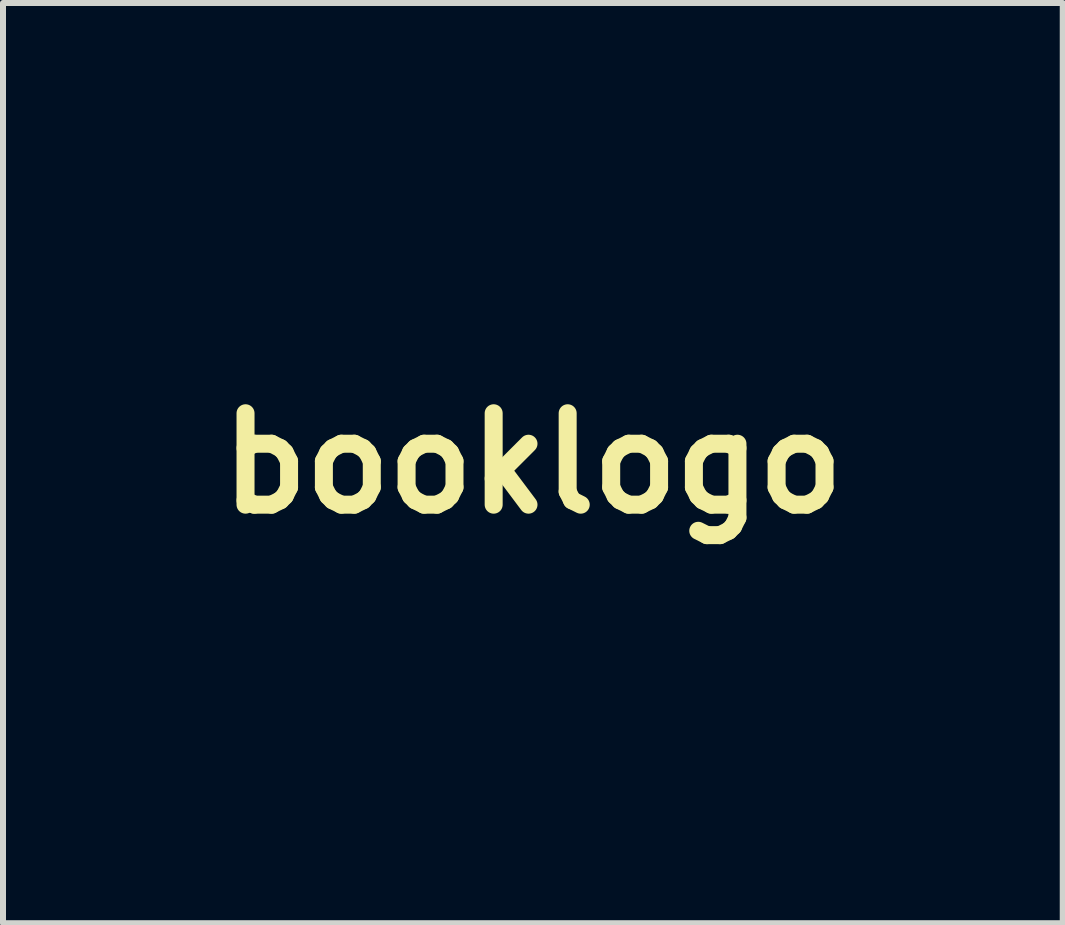
<source format=kicad_pcb>
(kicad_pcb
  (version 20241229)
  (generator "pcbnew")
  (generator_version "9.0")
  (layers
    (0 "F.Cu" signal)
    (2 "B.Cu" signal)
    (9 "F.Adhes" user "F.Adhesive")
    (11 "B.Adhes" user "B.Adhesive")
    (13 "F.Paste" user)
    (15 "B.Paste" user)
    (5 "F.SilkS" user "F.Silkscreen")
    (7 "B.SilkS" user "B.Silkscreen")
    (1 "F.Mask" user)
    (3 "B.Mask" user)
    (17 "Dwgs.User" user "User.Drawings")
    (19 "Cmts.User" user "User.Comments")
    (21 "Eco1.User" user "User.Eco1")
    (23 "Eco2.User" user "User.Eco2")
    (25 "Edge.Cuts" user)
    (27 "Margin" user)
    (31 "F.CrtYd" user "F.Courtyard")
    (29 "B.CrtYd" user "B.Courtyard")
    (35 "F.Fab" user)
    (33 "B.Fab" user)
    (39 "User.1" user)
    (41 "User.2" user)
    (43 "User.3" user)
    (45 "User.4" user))
  (footprint "booklogo"
    (layer "F.Cu")
    (at 5.833 4.674)
    (property "Reference" "booklogo" (at 0 0 0) (layer "F.SilkS") (effects (font (size 1.524 1.524) (thickness 0.3))))
    (attr board_only exclude_from_pos_files exclude_from_bom)
    (fp_poly (pts (xy 4.667 3.101) (xy 4.592 3.084) (xy 4.54 3.077) (xy 4.43 3.066) (xy 4.274 3.053) (xy 4.079 3.036) (xy 3.855 3.018) (xy 3.612 2.999) (xy 3.359 2.98) (xy 3.106 2.962) (xy 2.861 2.945) (xy 2.635 2.929) (xy 2.437 2.917) (xy 2.433 2.917) (xy 2.033 2.916) (xy 1.639 2.96) (xy 1.261 3.045) (xy 0.91 3.169) (xy 0.595 3.329) (xy 0.325 3.52) (xy 0.219 3.618) (xy 0.128 3.705) (xy 0.05 3.769) (xy -0.000058 3.798) (xy -0.005 3.799) (xy -0.048 3.775) (xy -0.122 3.715) (xy -0.211 3.63) (xy -0.223 3.617) (xy -0.436 3.436) (xy -0.703 3.271) (xy -1.014 3.129) (xy -1.189 3.068) (xy -1.426 2.999) (xy -1.657 2.952) (xy -1.898 2.924) (xy -2.165 2.914) (xy -2.472 2.921) (xy -2.674 2.932) (xy -2.912 2.947) (xy -3.166 2.965) (xy -3.427 2.984) (xy -3.684 3.003) (xy -3.927 3.022) (xy -4.146 3.041) (xy -4.332 3.057) (xy -4.474 3.071) (xy -4.562 3.081) (xy -4.575 3.083) (xy -4.667 3.098) (xy -4.667 2.707) (xy -4.333 2.707) (xy -4.142 2.686) (xy -3.931 2.665) (xy -3.679 2.645) (xy -3.403 2.624) (xy -3.117 2.606) (xy -2.837 2.59) (xy -2.578 2.578) (xy -2.355 2.57) (xy -2.195 2.567) (xy -1.786 2.584) (xy -1.415 2.637) (xy -1.063 2.729) (xy -1.013 2.746) (xy -0.847 2.808) (xy -0.673 2.884) (xy -0.51 2.964) (xy -0.377 3.038) (xy -0.317 3.08) (xy -0.257 3.119) (xy -0.225 3.132) (xy -0.221 3.1) (xy -0.218 3.005) (xy -0.215 2.854) (xy -0.212 2.649) (xy -0.209 2.397) (xy -0.206 2.101) (xy -0.204 1.767) (xy -0.202 1.398) (xy -0.201 1) (xy -0.2 0.578) (xy -0.2 0.135) (xy -0.2 0.083) (xy 0.2 0.083) (xy 0.2 0.528) (xy 0.201 0.953) (xy 0.201 1.354) (xy 0.202 1.726) (xy 0.203 2.065) (xy 0.204 2.366) (xy 0.206 2.623) (xy 0.207 2.834) (xy 0.209 2.992) (xy 0.211 3.093) (xy 0.212 3.133) (xy 0.213 3.133) (xy 0.245 3.117) (xy 0.319 3.076) (xy 0.418 3.017) (xy 0.419 3.017) (xy 0.801 2.825) (xy 1.221 2.685) (xy 1.674 2.599) (xy 2.154 2.567) (xy 2.183 2.567) (xy 2.363 2.57) (xy 2.593 2.579) (xy 2.859 2.591) (xy 3.144 2.608) (xy 3.434 2.627) (xy 3.712 2.647) (xy 3.963 2.668) (xy 4.142 2.686) (xy 4.333 2.707) (xy 4.333 -0.747) (xy 4.333 -1.323) (xy 4.333 -1.835) (xy 4.332 -2.287) (xy 4.331 -2.682) (xy 4.329 -3.023) (xy 4.327 -3.313) (xy 4.324 -3.556) (xy 4.321 -3.755) (xy 4.317 -3.913) (xy 4.313 -4.032) (xy 4.308 -4.118) (xy 4.302 -4.171) (xy 4.295 -4.197) (xy 4.292 -4.2) (xy 4.243 -4.193) (xy 4.145 -4.176) (xy 4.015 -4.152) (xy 3.933 -4.135) (xy 3.458 -4.051) (xy 2.969 -3.989) (xy 2.444 -3.946) (xy 2.233 -3.935) (xy 1.997 -3.922) (xy 1.812 -3.909) (xy 1.667 -3.893) (xy 1.546 -3.872) (xy 1.436 -3.846) (xy 1.35 -3.82) (xy 1.073 -3.708) (xy 0.816 -3.553) (xy 0.567 -3.346) (xy 0.438 -3.217) (xy 0.2 -2.966) (xy 0.2 0.083) (xy -0.2 0.083) (xy -0.2 -2.966) (xy -0.438 -3.217) (xy -0.689 -3.454) (xy -0.94 -3.635) (xy -1.205 -3.768) (xy -1.35 -3.82) (xy -1.461 -3.853) (xy -1.572 -3.877) (xy -1.697 -3.897) (xy -1.85 -3.912) (xy -2.045 -3.925) (xy -2.233 -3.935) (xy -2.776 -3.971) (xy -3.276 -4.025) (xy -3.754 -4.101) (xy -3.933 -4.135) (xy -4.074 -4.163) (xy -4.192 -4.185) (xy -4.271 -4.198) (xy -4.292 -4.2) (xy -4.299 -4.187) (xy -4.305 -4.149) (xy -4.31 -4.08) (xy -4.315 -3.978) (xy -4.319 -3.84) (xy -4.323 -3.663) (xy -4.326 -3.443) (xy -4.328 -3.177) (xy -4.33 -2.862) (xy -4.331 -2.495) (xy -4.332 -2.073) (xy -4.333 -1.591) (xy -4.333 -1.048) (xy -4.333 -0.747) (xy -4.333 2.707) (xy -4.667 2.707) (xy -4.667 -4.674) (xy -4.592 -4.653) (xy -4.199 -4.552) (xy -3.753 -4.464) (xy -3.262 -4.389) (xy -2.74 -4.329) (xy -2.197 -4.286) (xy -2.183 -4.285) (xy -1.938 -4.27) (xy -1.747 -4.256) (xy -1.599 -4.242) (xy -1.483 -4.226) (xy -1.387 -4.207) (xy -1.298 -4.182) (xy -1.206 -4.151) (xy -1.178 -4.14) (xy -0.817 -3.973) (xy -0.481 -3.749) (xy -0.217 -3.513) (xy -0.001 -3.292) (xy 0.226 -3.521) (xy 0.527 -3.787) (xy 0.848 -3.993) (xy 1.169 -4.137) (xy 1.267 -4.172) (xy 1.356 -4.199) (xy 1.448 -4.22) (xy 1.556 -4.237) (xy 1.69 -4.251) (xy 1.863 -4.265) (xy 2.086 -4.279) (xy 2.183 -4.285) (xy 2.727 -4.328) (xy 3.25 -4.387) (xy 3.741 -4.462) (xy 4.189 -4.55) (xy 4.583 -4.65) (xy 4.592 -4.653) (xy 4.667 -4.674)) (stroke (width 0) (type solid)) (fill yes) (layer "F.Mask"))
    (fp_poly (pts (xy 5.227 -4.338) (xy 5.233 -4.334) (xy 5.241 -4.323) (xy 5.248 -4.299) (xy 5.254 -4.257) (xy 5.26 -4.194) (xy 5.265 -4.108) (xy 5.269 -3.994) (xy 5.273 -3.849) (xy 5.277 -3.67) (xy 5.28 -3.454) (xy 5.283 -3.196) (xy 5.286 -2.894) (xy 5.289 -2.543) (xy 5.291 -2.142) (xy 5.294 -1.686) (xy 5.296 -1.171) (xy 5.299 -0.595) (xy 5.3 -0.285) (xy 5.317 3.733) (xy 5.212 3.733) (xy 5.154 3.731) (xy 5.038 3.723) (xy 4.873 3.712) (xy 4.668 3.697) (xy 4.432 3.68) (xy 4.174 3.66) (xy 4.012 3.647) (xy 3.534 3.613) (xy 3.116 3.589) (xy 2.747 3.578) (xy 2.422 3.578) (xy 2.133 3.591) (xy 1.872 3.617) (xy 1.631 3.655) (xy 1.403 3.708) (xy 1.18 3.774) (xy 1.15 3.784) (xy 1.049 3.821) (xy 0.974 3.855) (xy 0.952 3.87) (xy 0.978 3.876) (xy 1.068 3.881) (xy 1.216 3.885) (xy 1.42 3.89) (xy 1.675 3.893) (xy 1.978 3.896) (xy 2.324 3.898) (xy 2.711 3.899) (xy 3.134 3.9) (xy 3.193 3.9) (xy 5.467 3.9) (xy 5.467 0.002) (xy 5.467 -0.594) (xy 5.467 -1.127) (xy 5.467 -1.6) (xy 5.468 -2.018) (xy 5.469 -2.383) (xy 5.47 -2.699) (xy 5.472 -2.969) (xy 5.474 -3.197) (xy 5.477 -3.387) (xy 5.48 -3.543) (xy 5.484 -3.667) (xy 5.488 -3.763) (xy 5.494 -3.835) (xy 5.499 -3.886) (xy 5.506 -3.92) (xy 5.513 -3.94) (xy 5.519 -3.948) (xy 5.607 -3.994) (xy 5.706 -3.987) (xy 5.778 -3.939) (xy 5.786 -3.926) (xy 5.794 -3.904) (xy 5.8 -3.87) (xy 5.806 -3.82) (xy 5.811 -3.75) (xy 5.816 -3.657) (xy 5.82 -3.538) (xy 5.823 -3.389) (xy 5.825 -3.206) (xy 5.828 -2.986) (xy 5.829 -2.726) (xy 5.831 -2.422) (xy 5.832 -2.071) (xy 5.832 -1.668) (xy 5.833 -1.211) (xy 5.833 -0.696) (xy 5.833 -0.12) (xy 5.833 0.178) (xy 5.833 4.233) (xy 0.778 4.233) (xy 0.674 4.363) (xy 0.511 4.514) (xy 0.309 4.615) (xy 0.08 4.663) (xy 0 4.667) (xy -0.16 4.658) (xy -0.292 4.625) (xy -0.395 4.58) (xy -0.515 4.505) (xy -0.627 4.413) (xy -0.674 4.363) (xy -0.778 4.233) (xy -5.833 4.233) (xy -5.833 0.172) (xy -5.833 -0.434) (xy -5.833 -0.976) (xy -5.833 -1.458) (xy -5.832 -1.885) (xy -5.832 -2.259) (xy -5.831 -2.584) (xy -5.829 -2.863) (xy -5.827 -3.101) (xy -5.825 -3.3) (xy -5.822 -3.464) (xy -5.819 -3.596) (xy -5.815 -3.701) (xy -5.81 -3.782) (xy -5.805 -3.841) (xy -5.799 -3.884) (xy -5.792 -3.912) (xy -5.784 -3.93) (xy -5.775 -3.942) (xy -5.772 -3.945) (xy -5.677 -3.994) (xy -5.578 -3.986) (xy -5.519 -3.948) (xy -5.511 -3.935) (xy -5.504 -3.911) (xy -5.498 -3.872) (xy -5.492 -3.815) (xy -5.487 -3.736) (xy -5.483 -3.631) (xy -5.479 -3.498) (xy -5.476 -3.332) (xy -5.474 -3.131) (xy -5.472 -2.89) (xy -5.47 -2.605) (xy -5.469 -2.275) (xy -5.468 -1.894) (xy -5.467 -1.459) (xy -5.467 -0.968) (xy -5.467 -0.415) (xy -5.467 0.002) (xy -5.467 3.9) (xy -3.193 3.9) (xy -2.766 3.9) (xy -2.374 3.898) (xy -2.022 3.896) (xy -1.713 3.894) (xy -1.451 3.89) (xy -1.24 3.886) (xy -1.084 3.881) (xy -0.987 3.876) (xy -0.951 3.871) (xy -0.952 3.87) (xy -1 3.843) (xy -1.088 3.806) (xy -1.15 3.784) (xy -1.372 3.716) (xy -1.598 3.662) (xy -1.836 3.621) (xy -2.093 3.594) (xy -2.377 3.579) (xy -2.696 3.577) (xy -3.056 3.586) (xy -3.466 3.608) (xy -3.933 3.64) (xy -4.019 3.647) (xy -4.287 3.668) (xy -4.537 3.687) (xy -4.76 3.703) (xy -4.948 3.717) (xy -5.092 3.727) (xy -5.183 3.732) (xy -5.21 3.733) (xy -5.3 3.733) (xy -5.3 -0.264) (xy -5.3 -0.868) (xy -5.3 -1.409) (xy -5.299 -1.891) (xy -5.299 -2.316) (xy -5.298 -2.688) (xy -5.296 -3.011) (xy -5.295 -3.289) (xy -5.293 -3.524) (xy -5.29 -3.72) (xy -5.287 -3.882) (xy -5.283 -4.011) (xy -5.279 -4.112) (xy -5.274 -4.188) (xy -5.268 -4.243) (xy -5.262 -4.28) (xy -5.255 -4.303) (xy -5.248 -4.314) (xy -5.165 -4.362) (xy -5.066 -4.349) (xy -5.031 -4.332) (xy -5.021 -4.326) (xy -5.012 -4.315) (xy -5.005 -4.296) (xy -4.998 -4.265) (xy -4.992 -4.219) (xy -4.987 -4.154) (xy -4.982 -4.067) (xy -4.979 -3.953) (xy -4.975 -3.81) (xy -4.973 -3.633) (xy -4.971 -3.419) (xy -4.97 -3.165) (xy -4.968 -2.867) (xy -4.968 -2.52) (xy -4.967 -2.122) (xy -4.967 -1.669) (xy -4.967 -1.158) (xy -4.967 -0.584) (xy -4.967 -0.462) (xy -4.967 3.374) (xy -4.792 3.354) (xy -4.714 3.347) (xy -4.579 3.335) (xy -4.399 3.32) (xy -4.182 3.303) (xy -3.941 3.285) (xy -3.684 3.265) (xy -3.633 3.262) (xy -3.335 3.24) (xy -3.092 3.224) (xy -2.893 3.213) (xy -2.726 3.208) (xy -2.581 3.207) (xy -2.445 3.21) (xy -2.308 3.218) (xy -2.183 3.227) (xy -1.693 3.289) (xy -1.239 3.388) (xy -0.826 3.522) (xy -0.46 3.69) (xy -0.148 3.89) (xy -0.125 3.908) (xy 0 4.006) (xy 0.125 3.908) (xy 0.432 3.706) (xy 0.794 3.535) (xy 1.203 3.397) (xy 1.654 3.295) (xy 2.142 3.231) (xy 2.183 3.227) (xy 2.33 3.216) (xy 2.467 3.209) (xy 2.603 3.206) (xy 2.751 3.208) (xy 2.923 3.215) (xy 3.128 3.226) (xy 3.38 3.243) (xy 3.633 3.262) (xy 3.892 3.281) (xy 4.138 3.3) (xy 4.359 3.317) (xy 4.548 3.333) (xy 4.692 3.345) (xy 4.781 3.353) (xy 4.792 3.354) (xy 4.967 3.374) (xy 4.967 -0.462) (xy 4.967 -1.048) (xy 4.967 -1.572) (xy 4.967 -2.037) (xy 4.967 -2.445) (xy 4.968 -2.801) (xy 4.969 -3.109) (xy 4.971 -3.372) (xy 4.973 -3.593) (xy 4.975 -3.777) (xy 4.978 -3.927) (xy 4.981 -4.046) (xy 4.986 -4.138) (xy 4.991 -4.208) (xy 4.997 -4.257) (xy 5.003 -4.29) (xy 5.011 -4.312) (xy 5.019 -4.324) (xy 5.029 -4.331) (xy 5.031 -4.332) (xy 5.135 -4.364)) (stroke (width 0) (type solid)) (fill yes) (layer "F.Mask")))
  (gr_rect
    (start -3 -3)
    (end 14.667 12.341)
    (stroke (width 0.1) (type default))
    (fill no)
    (layer "Edge.Cuts")))
</source>
